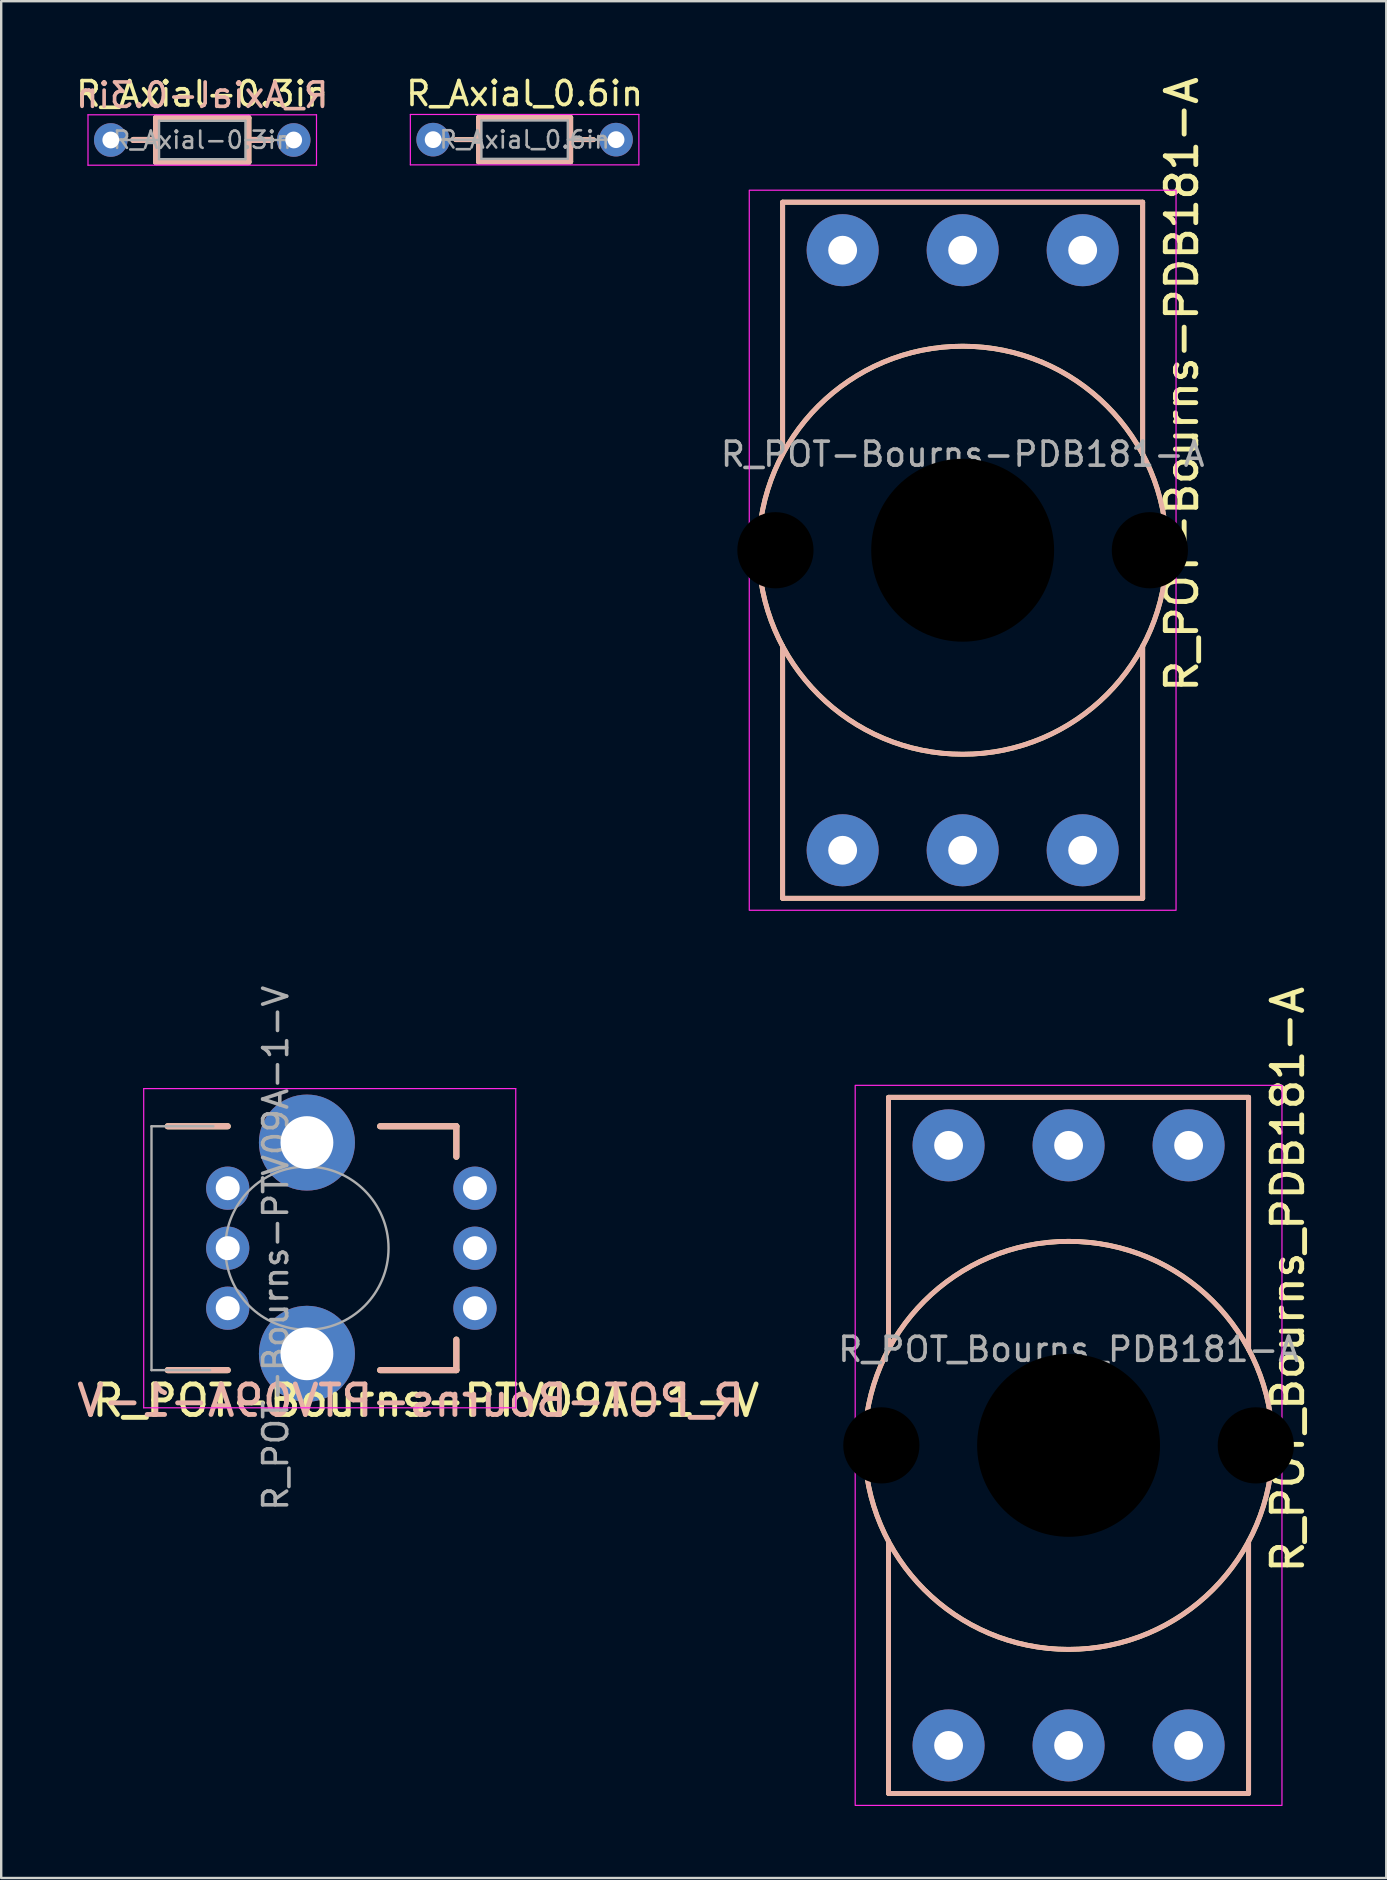
<source format=kicad_pcb>
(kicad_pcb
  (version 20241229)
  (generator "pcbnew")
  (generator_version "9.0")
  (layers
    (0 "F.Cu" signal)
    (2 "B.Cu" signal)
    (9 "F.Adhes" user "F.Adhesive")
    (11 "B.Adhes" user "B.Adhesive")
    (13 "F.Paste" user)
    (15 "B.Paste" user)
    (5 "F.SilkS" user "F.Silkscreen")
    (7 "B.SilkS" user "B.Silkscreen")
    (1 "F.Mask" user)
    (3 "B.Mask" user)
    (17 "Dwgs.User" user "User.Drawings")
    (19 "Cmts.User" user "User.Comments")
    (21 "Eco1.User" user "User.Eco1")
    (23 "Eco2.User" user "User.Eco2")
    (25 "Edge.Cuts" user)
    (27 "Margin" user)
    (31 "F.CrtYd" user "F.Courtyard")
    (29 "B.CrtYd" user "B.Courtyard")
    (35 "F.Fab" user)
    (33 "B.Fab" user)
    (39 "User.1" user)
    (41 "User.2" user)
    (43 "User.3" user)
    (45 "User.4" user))
  (footprint "R_Axial-0.3in"
    (layer "F.Cu")
    (at 5.376 2.782)
    (property "Reference" "R_Axial-0.3in" (at 0 -1.92 0) (layer "F.SilkS") (effects (font (size 1.016 1.016) (thickness 0.152))))
    (attr through_hole)
    (fp_line (start -2.87 0) (end -1.92 0) (stroke (width 0.254) (type solid)) (layer "F.SilkS"))
    (fp_line (start -1.92 -0.92) (end -1.92 0.92) (stroke (width 0.254) (type solid)) (layer "F.SilkS"))
    (fp_line (start -1.92 0.92) (end 1.92 0.92) (stroke (width 0.254) (type solid)) (layer "F.SilkS"))
    (fp_line (start 1.92 -0.92) (end -1.92 -0.92) (stroke (width 0.254) (type solid)) (layer "F.SilkS"))
    (fp_line (start 1.92 0.92) (end 1.92 -0.92) (stroke (width 0.254) (type solid)) (layer "F.SilkS"))
    (fp_line (start 2.87 0) (end 1.92 0) (stroke (width 0.254) (type solid)) (layer "F.SilkS"))
    (fp_line (start -2.87 0) (end -1.92 0) (stroke (width 0.254) (type solid)) (layer "B.SilkS"))
    (fp_line (start -1.92 -0.92) (end -1.92 0.92) (stroke (width 0.254) (type solid)) (layer "B.SilkS"))
    (fp_line (start -1.92 0.92) (end 1.92 0.92) (stroke (width 0.254) (type solid)) (layer "B.SilkS"))
    (fp_line (start 1.92 -0.92) (end -1.92 -0.92) (stroke (width 0.254) (type solid)) (layer "B.SilkS"))
    (fp_line (start 1.92 0.92) (end 1.92 -0.92) (stroke (width 0.254) (type solid)) (layer "B.SilkS"))
    (fp_line (start 2.87 0) (end 1.92 0) (stroke (width 0.254) (type solid)) (layer "B.SilkS"))
    (fp_line (start -4.76 -1.05) (end -4.76 1.05) (stroke (width 0.05) (type solid)) (layer "F.CrtYd"))
    (fp_line (start -4.76 1.05) (end 4.76 1.05) (stroke (width 0.05) (type solid)) (layer "F.CrtYd"))
    (fp_line (start 4.76 -1.05) (end -4.76 -1.05) (stroke (width 0.05) (type solid)) (layer "F.CrtYd"))
    (fp_line (start 4.76 1.05) (end 4.76 -1.05) (stroke (width 0.05) (type solid)) (layer "F.CrtYd"))
    (fp_line (start -3.81 0) (end -1.8 0) (stroke (width 0.1) (type solid)) (layer "F.Fab"))
    (fp_line (start -1.8 -0.8) (end -1.8 0.8) (stroke (width 0.1) (type solid)) (layer "F.Fab"))
    (fp_line (start -1.8 0.8) (end 1.8 0.8) (stroke (width 0.1) (type solid)) (layer "F.Fab"))
    (fp_line (start 1.8 -0.8) (end -1.8 -0.8) (stroke (width 0.1) (type solid)) (layer "F.Fab"))
    (fp_line (start 1.8 0.8) (end 1.8 -0.8) (stroke (width 0.1) (type solid)) (layer "F.Fab"))
    (fp_line (start 3.81 0) (end 1.8 0) (stroke (width 0.1) (type solid)) (layer "F.Fab"))
    (fp_text user "${Reference}" (at 0 -1.27 0) (unlocked yes) (layer "B.SilkS") (effects (font (size 1.016 1.016) (thickness 0.152)) (justify bottom mirror)))
    (fp_text user "${REFERENCE}" (at 0 0 0) (layer "F.Fab") (effects (font (size 0.72 0.72) (thickness 0.108))))
    (pad "1" thru_hole circle (at -3.81 0) (size 1.4 1.4) (drill 0.7) (layers "*.Cu" "*.Mask"))
    (pad "2" thru_hole oval (at 3.81 0) (size 1.4 1.4) (drill 0.7) (layers "*.Cu" "*.Mask")))
  (footprint "R_POT-Bourns-PTV09A-1-V"
    (layer "F.Cu")
    (at 6.437 48.952)
    (property "Reference" "R_POT-Bourns-PTV09A-1-V" (at 8.255 6.35 0) (layer "F.SilkS") (effects (font (size 1.27 1.27) (thickness 0.203))))
    (attr through_hole)
    (fp_line (start -2.5 5.08) (end 0 5.08) (stroke (width 0.254) (type default)) (layer "F.SilkS"))
    (fp_line (start 0 -5.08) (end -2.5 -5.08) (stroke (width 0.254) (type default)) (layer "F.SilkS"))
    (fp_line (start 6.35 -5.08) (end 9.525 -5.08) (stroke (width 0.254) (type default)) (layer "F.SilkS"))
    (fp_line (start 9.525 -3.81) (end 9.525 -5.08) (stroke (width 0.254) (type default)) (layer "F.SilkS"))
    (fp_line (start 9.525 3.81) (end 9.525 5.08) (stroke (width 0.254) (type default)) (layer "F.SilkS"))
    (fp_line (start 9.525 5.08) (end 6.35 5.08) (stroke (width 0.254) (type default)) (layer "F.SilkS"))
    (fp_line (start -2.5 5.08) (end 0 5.08) (stroke (width 0.254) (type default)) (layer "B.SilkS"))
    (fp_line (start 0 -5.08) (end -2.5 -5.08) (stroke (width 0.254) (type default)) (layer "B.SilkS"))
    (fp_line (start 6.35 -5.08) (end 9.525 -5.08) (stroke (width 0.254) (type default)) (layer "B.SilkS"))
    (fp_line (start 9.525 -3.81) (end 9.525 -5.08) (stroke (width 0.254) (type default)) (layer "B.SilkS"))
    (fp_line (start 9.525 3.81) (end 9.525 5.08) (stroke (width 0.254) (type default)) (layer "B.SilkS"))
    (fp_line (start 9.525 5.08) (end 6.35 5.08) (stroke (width 0.254) (type default)) (layer "B.SilkS"))
    (fp_line (start -3.5 -6.65) (end -3.5 6.65) (stroke (width 0.05) (type solid)) (layer "F.CrtYd"))
    (fp_line (start -3.5 6.65) (end 12 6.65) (stroke (width 0.05) (type solid)) (layer "F.CrtYd"))
    (fp_line (start 12 -6.65) (end -3.5 -6.65) (stroke (width 0.05) (type solid)) (layer "F.CrtYd"))
    (fp_line (start 12 6.65) (end 12 -6.65) (stroke (width 0.05) (type solid)) (layer "F.CrtYd"))
    (fp_line (start -3.175 -5.08) (end -3.175 5.08) (stroke (width 0.1) (type default)) (layer "F.Fab"))
    (fp_line (start -3.175 5.08) (end -0.73 5.08) (stroke (width 0.1) (type default)) (layer "F.Fab"))
    (fp_line (start -0.595 -5.08) (end -3.175 -5.08) (stroke (width 0.1) (type default)) (layer "F.Fab"))
    (fp_circle (center 3.3 0) (end 6.7 0) (stroke (width 0.1) (type solid)) (fill no) (layer "F.Fab"))
    (fp_text user "${Reference}" (at 7.62 6.35 0) (unlocked yes) (layer "B.SilkS") (effects (font (size 1.27 1.27) (thickness 0.203)) (justify mirror)))
    (fp_text user "${REFERENCE}" (at 2 0 90) (layer "F.Fab") (effects (font (size 1 1) (thickness 0.15))))
    (pad "" np_thru_hole circle (at 3.3 -4.4) (size 4 4) (drill 2.2) (layers "*.Cu" "*.Mask"))
    (pad "" np_thru_hole circle (at 3.3 4.4) (size 4 4) (drill 2.2) (layers "*.Cu" "*.Mask"))
    (pad "1" thru_hole circle (at 0 2.5) (size 1.8 1.8) (drill 1) (layers "*.Cu" "*.Mask"))
    (pad "1" thru_hole circle (at 10.3 -2.5) (size 1.8 1.8) (drill 1) (layers "*.Cu" "*.Mask"))
    (pad "2" thru_hole circle (at 0 0) (size 1.8 1.8) (drill 1) (layers "*.Cu" "*.Mask"))
    (pad "2" thru_hole circle (at 10.3 0) (size 1.8 1.8) (drill 1) (layers "*.Cu" "*.Mask"))
    (pad "3" thru_hole circle (at 0 -2.5) (size 1.8 1.8) (drill 1) (layers "*.Cu" "*.Mask"))
    (pad "3" thru_hole circle (at 10.3 2.5) (size 1.8 1.8) (drill 1) (layers "*.Cu" "*.Mask")))
  (footprint "R_POT_Bourns_PDB181-A"
    (layer "F.Cu")
    (at 41.469 57.167)
    (property "Reference" "R_POT_Bourns_PDB181-A" (at 9.135 -6.905 90) (unlocked yes) (layer "F.SilkS") (effects (font (size 1.27 1.27) (thickness 0.203))))
    (attr through_hole)
    (fp_line (start -7.5 -14.5) (end 7.5 -14.5) (stroke (width 0.203) (type default)) (layer "F.SilkS"))
    (fp_line (start -7.5 -4) (end -7.5 -14.5) (stroke (width 0.203) (type default)) (layer "F.SilkS"))
    (fp_line (start -7.5 4) (end -7.5 14.5) (stroke (width 0.203) (type default)) (layer "F.SilkS"))
    (fp_line (start -7.5 14.5) (end 7.5 14.5) (stroke (width 0.203) (type default)) (layer "F.SilkS"))
    (fp_line (start 7.5 -4) (end 7.5 -14.5) (stroke (width 0.203) (type default)) (layer "F.SilkS"))
    (fp_line (start 7.5 14.5) (end 7.5 4) (stroke (width 0.203) (type default)) (layer "F.SilkS"))
    (fp_circle (center 0 0) (end 8.5 0) (stroke (width 0.203) (type default)) (fill no) (layer "F.SilkS"))
    (fp_line (start -7.5 -14.5) (end 7.5 -14.5) (stroke (width 0.203) (type default)) (layer "B.SilkS"))
    (fp_line (start -7.5 -4) (end -7.5 -14.5) (stroke (width 0.203) (type default)) (layer "B.SilkS"))
    (fp_line (start -7.5 4) (end -7.5 14.5) (stroke (width 0.203) (type default)) (layer "B.SilkS"))
    (fp_line (start -7.5 14.5) (end 7.5 14.5) (stroke (width 0.203) (type default)) (layer "B.SilkS"))
    (fp_line (start 7.5 -4) (end 7.5 -14.5) (stroke (width 0.203) (type default)) (layer "B.SilkS"))
    (fp_line (start 7.5 14.5) (end 7.5 4) (stroke (width 0.203) (type default)) (layer "B.SilkS"))
    (fp_circle (center 0 0) (end 8.5 0) (stroke (width 0.203) (type default)) (fill no) (layer "B.SilkS"))
    (fp_rect (start -8.89 -15) (end 8.89 15) (stroke (width 0.05) (type default)) (fill no) (layer "F.CrtYd"))
    (fp_text user "${REFERENCE}" (at 0 -4 0) (unlocked yes) (layer "F.Fab") (effects (font (size 1 1) (thickness 0.15))))
    (pad "" np_thru_hole circle (at -7.8 0) (size 3.175 3.175) (drill 3.175) (layers "*.Mask"))
    (pad "" np_thru_hole circle (at 0 0) (size 7.62 7.62) (drill 7.62) (layers "*.Mask"))
    (pad "" np_thru_hole circle (at 7.8 0) (size 3.175 3.175) (drill 3.175) (layers "*.Mask"))
    (pad "1" thru_hole circle (at -5 -12.5) (size 3 3) (drill 1.2) (layers "*.Cu" "*.Mask"))
    (pad "1" thru_hole circle (at -5 12.5) (size 3 3) (drill 1.2) (layers "*.Cu" "*.Mask"))
    (pad "2" thru_hole circle (at 0 -12.5) (size 3 3) (drill 1.2) (layers "*.Cu" "*.Mask"))
    (pad "2" thru_hole circle (at 0 12.5) (size 3 3) (drill 1.2) (layers "*.Cu" "*.Mask"))
    (pad "3" thru_hole circle (at 5 -12.5) (size 3 3) (drill 1.2) (layers "*.Cu" "*.Mask"))
    (pad "3" thru_hole circle (at 5 12.5) (size 3 3) (drill 1.2) (layers "*.Cu" "*.Mask")))
  (footprint "R_Axial_0.6in"
    (layer "F.Cu")
    (at 18.806 2.768)
    (property "Reference" "R_Axial_0.6in" (at 0 -1.92 0) (layer "F.SilkS") (effects (font (size 1 1) (thickness 0.15))))
    (attr through_hole)
    (fp_line (start -2.87 0) (end -1.92 0) (stroke (width 0.203) (type solid)) (layer "F.SilkS"))
    (fp_line (start -1.92 -0.92) (end -1.92 0.92) (stroke (width 0.203) (type solid)) (layer "F.SilkS"))
    (fp_line (start -1.92 0.92) (end 1.92 0.92) (stroke (width 0.203) (type solid)) (layer "F.SilkS"))
    (fp_line (start 1.92 -0.92) (end -1.92 -0.92) (stroke (width 0.203) (type solid)) (layer "F.SilkS"))
    (fp_line (start 1.92 0.92) (end 1.92 -0.92) (stroke (width 0.203) (type solid)) (layer "F.SilkS"))
    (fp_line (start 2.87 0) (end 1.92 0) (stroke (width 0.203) (type solid)) (layer "F.SilkS"))
    (fp_line (start -2.87 0) (end -1.92 0) (stroke (width 0.203) (type solid)) (layer "B.SilkS"))
    (fp_line (start -1.92 -0.92) (end -1.92 0.92) (stroke (width 0.203) (type solid)) (layer "B.SilkS"))
    (fp_line (start -1.92 0.92) (end 1.92 0.92) (stroke (width 0.203) (type solid)) (layer "B.SilkS"))
    (fp_line (start 1.92 -0.92) (end -1.92 -0.92) (stroke (width 0.203) (type solid)) (layer "B.SilkS"))
    (fp_line (start 1.92 0.92) (end 1.92 -0.92) (stroke (width 0.203) (type solid)) (layer "B.SilkS"))
    (fp_line (start 2.87 0) (end 1.92 0) (stroke (width 0.203) (type solid)) (layer "B.SilkS"))
    (fp_line (start -4.76 -1.05) (end -4.76 1.05) (stroke (width 0.05) (type solid)) (layer "F.CrtYd"))
    (fp_line (start -4.76 1.05) (end 4.76 1.05) (stroke (width 0.05) (type solid)) (layer "F.CrtYd"))
    (fp_line (start 4.76 -1.05) (end -4.76 -1.05) (stroke (width 0.05) (type solid)) (layer "F.CrtYd"))
    (fp_line (start 4.76 1.05) (end 4.76 -1.05) (stroke (width 0.05) (type solid)) (layer "F.CrtYd"))
    (fp_line (start -3.81 0) (end -1.8 0) (stroke (width 0.1) (type solid)) (layer "F.Fab"))
    (fp_line (start -1.8 -0.8) (end -1.8 0.8) (stroke (width 0.1) (type solid)) (layer "F.Fab"))
    (fp_line (start -1.8 0.8) (end 1.8 0.8) (stroke (width 0.1) (type solid)) (layer "F.Fab"))
    (fp_line (start 1.8 -0.8) (end -1.8 -0.8) (stroke (width 0.1) (type solid)) (layer "F.Fab"))
    (fp_line (start 1.8 0.8) (end 1.8 -0.8) (stroke (width 0.1) (type solid)) (layer "F.Fab"))
    (fp_line (start 3.81 0) (end 1.8 0) (stroke (width 0.1) (type solid)) (layer "F.Fab"))
    (fp_text user "${REFERENCE}" (at 0 0 0) (layer "F.Fab") (effects (font (size 0.72 0.72) (thickness 0.108))))
    (pad "1" thru_hole circle (at -3.81 0) (size 1.4 1.4) (drill 0.7) (layers "*.Cu" "*.Mask"))
    (pad "2" thru_hole oval (at 3.81 0) (size 1.4 1.4) (drill 0.7) (layers "*.Cu" "*.Mask")))
  (footprint "R_POT-Bourns-PDB181-A"
    (layer "F.Cu")
    (at 37.056 19.874)
    (property "Reference" "R_POT-Bourns-PDB181-A" (at 9.135 -6.905 90) (unlocked yes) (layer "F.SilkS") (effects (font (size 1.27 1.27) (thickness 0.203))))
    (attr through_hole)
    (fp_line (start -7.5 -14.5) (end 7.5 -14.5) (stroke (width 0.203) (type default)) (layer "F.SilkS"))
    (fp_line (start -7.5 -4) (end -7.5 -14.5) (stroke (width 0.203) (type default)) (layer "F.SilkS"))
    (fp_line (start -7.5 4) (end -7.5 14.5) (stroke (width 0.203) (type default)) (layer "F.SilkS"))
    (fp_line (start -7.5 14.5) (end 7.5 14.5) (stroke (width 0.203) (type default)) (layer "F.SilkS"))
    (fp_line (start 7.5 -4) (end 7.5 -14.5) (stroke (width 0.203) (type default)) (layer "F.SilkS"))
    (fp_line (start 7.5 14.5) (end 7.5 4) (stroke (width 0.203) (type default)) (layer "F.SilkS"))
    (fp_circle (center 0 0) (end 8.5 0) (stroke (width 0.203) (type default)) (fill no) (layer "F.SilkS"))
    (fp_line (start -7.5 -14.5) (end 7.5 -14.5) (stroke (width 0.203) (type default)) (layer "B.SilkS"))
    (fp_line (start -7.5 -4) (end -7.5 -14.5) (stroke (width 0.203) (type default)) (layer "B.SilkS"))
    (fp_line (start -7.5 4) (end -7.5 14.5) (stroke (width 0.203) (type default)) (layer "B.SilkS"))
    (fp_line (start -7.5 14.5) (end 7.5 14.5) (stroke (width 0.203) (type default)) (layer "B.SilkS"))
    (fp_line (start 7.5 -4) (end 7.5 -14.5) (stroke (width 0.203) (type default)) (layer "B.SilkS"))
    (fp_line (start 7.5 14.5) (end 7.5 4) (stroke (width 0.203) (type default)) (layer "B.SilkS"))
    (fp_circle (center 0 0) (end 8.5 0) (stroke (width 0.203) (type default)) (fill no) (layer "B.SilkS"))
    (fp_rect (start -8.89 -15) (end 8.89 15) (stroke (width 0.05) (type default)) (fill no) (layer "F.CrtYd"))
    (fp_text user "${REFERENCE}" (at 0 -4 0) (unlocked yes) (layer "F.Fab") (effects (font (size 1 1) (thickness 0.15))))
    (pad "" np_thru_hole circle (at -7.8 0) (size 3.175 3.175) (drill 3.175) (layers "*.Mask"))
    (pad "" np_thru_hole circle (at 0 0) (size 7.62 7.62) (drill 7.62) (layers "*.Mask"))
    (pad "" np_thru_hole circle (at 7.8 0) (size 3.175 3.175) (drill 3.175) (layers "*.Mask"))
    (pad "1" thru_hole circle (at -5 -12.5) (size 3 3) (drill 1.2) (layers "*.Cu" "*.Mask"))
    (pad "1" thru_hole circle (at -5 12.5) (size 3 3) (drill 1.2) (layers "*.Cu" "*.Mask"))
    (pad "2" thru_hole circle (at 0 -12.5) (size 3 3) (drill 1.2) (layers "*.Cu" "*.Mask"))
    (pad "2" thru_hole circle (at 0 12.5) (size 3 3) (drill 1.2) (layers "*.Cu" "*.Mask"))
    (pad "3" thru_hole circle (at 5 -12.5) (size 3 3) (drill 1.2) (layers "*.Cu" "*.Mask"))
    (pad "3" thru_hole circle (at 5 12.5) (size 3 3) (drill 1.2) (layers "*.Cu" "*.Mask")))
  (gr_rect
    (start -3 -3)
    (end 54.704 75.192)
    (stroke (width 0.1) (type default))
    (fill no)
    (layer "Edge.Cuts")))
</source>
